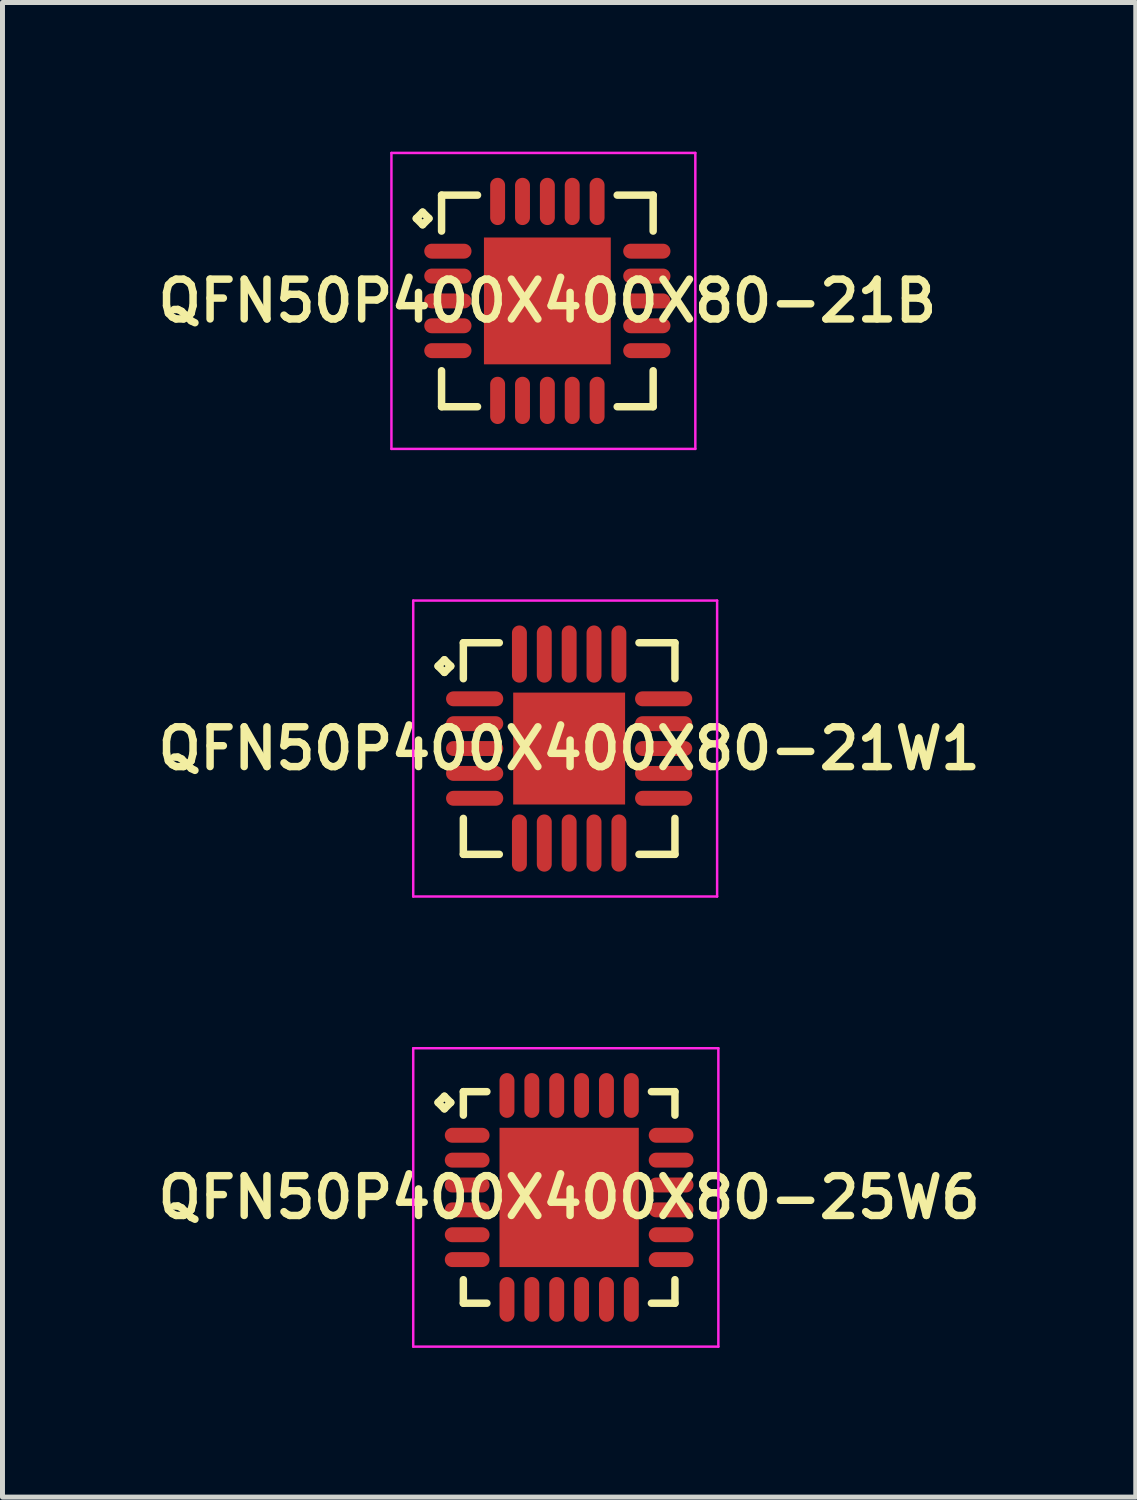
<source format=kicad_pcb>
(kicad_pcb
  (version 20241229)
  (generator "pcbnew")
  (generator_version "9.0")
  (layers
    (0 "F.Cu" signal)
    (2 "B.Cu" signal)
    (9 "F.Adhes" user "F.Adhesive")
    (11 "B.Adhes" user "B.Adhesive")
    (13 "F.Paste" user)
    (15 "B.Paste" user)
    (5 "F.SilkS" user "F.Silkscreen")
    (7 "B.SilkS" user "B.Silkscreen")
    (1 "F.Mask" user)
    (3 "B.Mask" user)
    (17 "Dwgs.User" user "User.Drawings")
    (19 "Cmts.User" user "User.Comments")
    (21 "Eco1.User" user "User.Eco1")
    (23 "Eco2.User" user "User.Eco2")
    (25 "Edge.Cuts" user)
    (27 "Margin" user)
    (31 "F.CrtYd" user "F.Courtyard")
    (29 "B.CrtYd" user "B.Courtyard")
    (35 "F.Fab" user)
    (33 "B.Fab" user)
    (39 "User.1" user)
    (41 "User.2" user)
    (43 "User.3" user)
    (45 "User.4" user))
  (footprint "QFN50P400X400X80-21B"
    (layer "F.Cu")
    (at 7.955 3)
    (property "Reference" "QFN50P400X400X80-21B" (at 0 0 0) (layer "F.SilkS") (effects (font (size 0.8 0.8) (thickness 0.15))))
    (attr smd)
    (fp_line (start -2.635 -1.658) (end -2.508 -1.785) (stroke (width 0.15) (type solid)) (layer "F.SilkS"))
    (fp_line (start -2.508 -1.785) (end -2.381 -1.658) (stroke (width 0.15) (type solid)) (layer "F.SilkS"))
    (fp_line (start -2.508 -1.531) (end -2.635 -1.658) (stroke (width 0.15) (type solid)) (layer "F.SilkS"))
    (fp_line (start -2.381 -1.658) (end -2.508 -1.531) (stroke (width 0.15) (type solid)) (layer "F.SilkS"))
    (fp_line (start -2.127 -2.127) (end -1.404 -2.127) (stroke (width 0.15) (type solid)) (layer "F.SilkS"))
    (fp_line (start -2.127 -1.404) (end -2.127 -2.127) (stroke (width 0.15) (type solid)) (layer "F.SilkS"))
    (fp_line (start -2.127 1.404) (end -2.127 2.127) (stroke (width 0.15) (type solid)) (layer "F.SilkS"))
    (fp_line (start -2.127 2.127) (end -1.404 2.127) (stroke (width 0.15) (type solid)) (layer "F.SilkS"))
    (fp_line (start 1.404 -2.127) (end 2.127 -2.127) (stroke (width 0.15) (type solid)) (layer "F.SilkS"))
    (fp_line (start 1.404 2.127) (end 2.127 2.127) (stroke (width 0.15) (type solid)) (layer "F.SilkS"))
    (fp_line (start 2.127 -2.127) (end 2.127 -1.404) (stroke (width 0.15) (type solid)) (layer "F.SilkS"))
    (fp_line (start 2.127 2.127) (end 2.127 1.404) (stroke (width 0.15) (type solid)) (layer "F.SilkS"))
    (fp_line (start -3.135 -2.975) (end 2.975 -2.975) (stroke (width 0.05) (type solid)) (layer "F.CrtYd"))
    (fp_line (start -3.135 2.975) (end -3.135 -2.975) (stroke (width 0.05) (type solid)) (layer "F.CrtYd"))
    (fp_line (start 2.975 -2.975) (end 2.975 2.975) (stroke (width 0.05) (type solid)) (layer "F.CrtYd"))
    (fp_line (start 2.975 2.975) (end -3.135 2.975) (stroke (width 0.05) (type solid)) (layer "F.CrtYd"))
    (pad "1" smd oval (at -2 -1) (size 0.95 0.3) (layers "F.Cu" "F.Mask" "F.Paste"))
    (pad "2" smd oval (at -2 -0.5) (size 0.95 0.3) (layers "F.Cu" "F.Mask" "F.Paste"))
    (pad "3" smd oval (at -2 0) (size 0.95 0.3) (layers "F.Cu" "F.Mask" "F.Paste"))
    (pad "4" smd oval (at -2 0.5) (size 0.95 0.3) (layers "F.Cu" "F.Mask" "F.Paste"))
    (pad "5" smd oval (at -2 1) (size 0.95 0.3) (layers "F.Cu" "F.Mask" "F.Paste"))
    (pad "6" smd oval (at -1 2) (size 0.3 0.95) (layers "F.Cu" "F.Mask" "F.Paste"))
    (pad "7" smd oval (at -0.5 2) (size 0.3 0.95) (layers "F.Cu" "F.Mask" "F.Paste"))
    (pad "8" smd oval (at 0 2) (size 0.3 0.95) (layers "F.Cu" "F.Mask" "F.Paste"))
    (pad "9" smd oval (at 0.5 2) (size 0.3 0.95) (layers "F.Cu" "F.Mask" "F.Paste"))
    (pad "10" smd oval (at 1 2) (size 0.3 0.95) (layers "F.Cu" "F.Mask" "F.Paste"))
    (pad "11" smd oval (at 2 1) (size 0.95 0.3) (layers "F.Cu" "F.Mask" "F.Paste"))
    (pad "12" smd oval (at 2 0.5) (size 0.95 0.3) (layers "F.Cu" "F.Mask" "F.Paste"))
    (pad "13" smd oval (at 2 0) (size 0.95 0.3) (layers "F.Cu" "F.Mask" "F.Paste"))
    (pad "14" smd oval (at 2 -0.5) (size 0.95 0.3) (layers "F.Cu" "F.Mask" "F.Paste"))
    (pad "15" smd oval (at 2 -1) (size 0.95 0.3) (layers "F.Cu" "F.Mask" "F.Paste"))
    (pad "16" smd oval (at 1 -2) (size 0.3 0.95) (layers "F.Cu" "F.Mask" "F.Paste"))
    (pad "17" smd oval (at 0.5 -2) (size 0.3 0.95) (layers "F.Cu" "F.Mask" "F.Paste"))
    (pad "18" smd oval (at 0 -2) (size 0.3 0.95) (layers "F.Cu" "F.Mask" "F.Paste"))
    (pad "19" smd oval (at -0.5 -2) (size 0.3 0.95) (layers "F.Cu" "F.Mask" "F.Paste"))
    (pad "20" smd oval (at -1 -2) (size 0.3 0.95) (layers "F.Cu" "F.Mask" "F.Paste"))
    (pad "21" smd rect (at 0 0) (size 2.55 2.55) (layers "F.Cu" "F.Mask" "F.Paste")))
  (footprint "QFN50P400X400X80-25W6"
    (layer "F.Cu")
    (at 8.393 21.025)
    (property "Reference" "QFN50P400X400X80-25W6" (at 0 0 0) (layer "F.SilkS") (effects (font (size 0.8 0.8) (thickness 0.15))))
    (attr smd)
    (fp_line (start -2.635 -1.908) (end -2.508 -2.035) (stroke (width 0.15) (type solid)) (layer "F.SilkS"))
    (fp_line (start -2.508 -2.035) (end -2.381 -1.908) (stroke (width 0.15) (type solid)) (layer "F.SilkS"))
    (fp_line (start -2.508 -1.781) (end -2.635 -1.908) (stroke (width 0.15) (type solid)) (layer "F.SilkS"))
    (fp_line (start -2.381 -1.908) (end -2.508 -1.781) (stroke (width 0.15) (type solid)) (layer "F.SilkS"))
    (fp_line (start -2.127 -2.127) (end -1.654 -2.127) (stroke (width 0.15) (type solid)) (layer "F.SilkS"))
    (fp_line (start -2.127 -1.654) (end -2.127 -2.127) (stroke (width 0.15) (type solid)) (layer "F.SilkS"))
    (fp_line (start -2.127 1.654) (end -2.127 2.127) (stroke (width 0.15) (type solid)) (layer "F.SilkS"))
    (fp_line (start -2.127 2.127) (end -1.654 2.127) (stroke (width 0.15) (type solid)) (layer "F.SilkS"))
    (fp_line (start 1.654 -2.127) (end 2.127 -2.127) (stroke (width 0.15) (type solid)) (layer "F.SilkS"))
    (fp_line (start 1.654 2.127) (end 2.127 2.127) (stroke (width 0.15) (type solid)) (layer "F.SilkS"))
    (fp_line (start 2.127 -2.127) (end 2.127 -1.654) (stroke (width 0.15) (type solid)) (layer "F.SilkS"))
    (fp_line (start 2.127 2.127) (end 2.127 1.654) (stroke (width 0.15) (type solid)) (layer "F.SilkS"))
    (fp_line (start -3.135 -3) (end 3 -3) (stroke (width 0.05) (type solid)) (layer "F.CrtYd"))
    (fp_line (start -3.135 3) (end -3.135 -3) (stroke (width 0.05) (type solid)) (layer "F.CrtYd"))
    (fp_line (start 3 -3) (end 3 3) (stroke (width 0.05) (type solid)) (layer "F.CrtYd"))
    (fp_line (start 3 3) (end -3.135 3) (stroke (width 0.05) (type solid)) (layer "F.CrtYd"))
    (pad "1" smd oval (at -2.05 -1.25) (size 0.9 0.3) (layers "F.Cu" "F.Mask" "F.Paste"))
    (pad "2" smd oval (at -2.05 -0.75) (size 0.9 0.3) (layers "F.Cu" "F.Mask" "F.Paste"))
    (pad "3" smd oval (at -2.05 -0.25) (size 0.9 0.3) (layers "F.Cu" "F.Mask" "F.Paste"))
    (pad "4" smd oval (at -2.05 0.25) (size 0.9 0.3) (layers "F.Cu" "F.Mask" "F.Paste"))
    (pad "5" smd oval (at -2.05 0.75) (size 0.9 0.3) (layers "F.Cu" "F.Mask" "F.Paste"))
    (pad "6" smd oval (at -2.05 1.25) (size 0.9 0.3) (layers "F.Cu" "F.Mask" "F.Paste"))
    (pad "7" smd oval (at -1.25 2.05) (size 0.3 0.9) (layers "F.Cu" "F.Mask" "F.Paste"))
    (pad "8" smd oval (at -0.75 2.05) (size 0.3 0.9) (layers "F.Cu" "F.Mask" "F.Paste"))
    (pad "9" smd oval (at -0.25 2.05) (size 0.3 0.9) (layers "F.Cu" "F.Mask" "F.Paste"))
    (pad "10" smd oval (at 0.25 2.05) (size 0.3 0.9) (layers "F.Cu" "F.Mask" "F.Paste"))
    (pad "11" smd oval (at 0.75 2.05) (size 0.3 0.9) (layers "F.Cu" "F.Mask" "F.Paste"))
    (pad "12" smd oval (at 1.25 2.05) (size 0.3 0.9) (layers "F.Cu" "F.Mask" "F.Paste"))
    (pad "13" smd oval (at 2.05 1.25) (size 0.9 0.3) (layers "F.Cu" "F.Mask" "F.Paste"))
    (pad "14" smd oval (at 2.05 0.75) (size 0.9 0.3) (layers "F.Cu" "F.Mask" "F.Paste"))
    (pad "15" smd oval (at 2.05 0.25) (size 0.9 0.3) (layers "F.Cu" "F.Mask" "F.Paste"))
    (pad "16" smd oval (at 2.05 -0.25) (size 0.9 0.3) (layers "F.Cu" "F.Mask" "F.Paste"))
    (pad "17" smd oval (at 2.05 -0.75) (size 0.9 0.3) (layers "F.Cu" "F.Mask" "F.Paste"))
    (pad "18" smd oval (at 2.05 -1.25) (size 0.9 0.3) (layers "F.Cu" "F.Mask" "F.Paste"))
    (pad "19" smd oval (at 1.25 -2.05) (size 0.3 0.9) (layers "F.Cu" "F.Mask" "F.Paste"))
    (pad "20" smd oval (at 0.75 -2.05) (size 0.3 0.9) (layers "F.Cu" "F.Mask" "F.Paste"))
    (pad "21" smd oval (at 0.25 -2.05) (size 0.3 0.9) (layers "F.Cu" "F.Mask" "F.Paste"))
    (pad "22" smd oval (at -0.25 -2.05) (size 0.3 0.9) (layers "F.Cu" "F.Mask" "F.Paste"))
    (pad "23" smd oval (at -0.75 -2.05) (size 0.3 0.9) (layers "F.Cu" "F.Mask" "F.Paste"))
    (pad "24" smd oval (at -1.25 -2.05) (size 0.3 0.9) (layers "F.Cu" "F.Mask" "F.Paste"))
    (pad "25" smd rect (at 0 0) (size 2.8 2.8) (layers "F.Cu" "F.Mask" "F.Paste")))
  (footprint "QFN50P400X400X80-21W1"
    (layer "F.Cu")
    (at 8.393 12)
    (property "Reference" "QFN50P400X400X80-21W1" (at 0 0 0) (layer "F.SilkS") (effects (font (size 0.8 0.8) (thickness 0.15))))
    (attr smd)
    (fp_line (start -2.635 -1.658) (end -2.508 -1.785) (stroke (width 0.15) (type solid)) (layer "F.SilkS"))
    (fp_line (start -2.508 -1.785) (end -2.381 -1.658) (stroke (width 0.15) (type solid)) (layer "F.SilkS"))
    (fp_line (start -2.508 -1.531) (end -2.635 -1.658) (stroke (width 0.15) (type solid)) (layer "F.SilkS"))
    (fp_line (start -2.381 -1.658) (end -2.508 -1.531) (stroke (width 0.15) (type solid)) (layer "F.SilkS"))
    (fp_line (start -2.127 -2.127) (end -1.404 -2.127) (stroke (width 0.15) (type solid)) (layer "F.SilkS"))
    (fp_line (start -2.127 -1.404) (end -2.127 -2.127) (stroke (width 0.15) (type solid)) (layer "F.SilkS"))
    (fp_line (start -2.127 1.404) (end -2.127 2.127) (stroke (width 0.15) (type solid)) (layer "F.SilkS"))
    (fp_line (start -2.127 2.127) (end -1.404 2.127) (stroke (width 0.15) (type solid)) (layer "F.SilkS"))
    (fp_line (start 1.404 -2.127) (end 2.127 -2.127) (stroke (width 0.15) (type solid)) (layer "F.SilkS"))
    (fp_line (start 1.404 2.127) (end 2.127 2.127) (stroke (width 0.15) (type solid)) (layer "F.SilkS"))
    (fp_line (start 2.127 -2.127) (end 2.127 -1.404) (stroke (width 0.15) (type solid)) (layer "F.SilkS"))
    (fp_line (start 2.127 2.127) (end 2.127 1.404) (stroke (width 0.15) (type solid)) (layer "F.SilkS"))
    (fp_line (start -3.135 -2.975) (end 2.975 -2.975) (stroke (width 0.05) (type solid)) (layer "F.CrtYd"))
    (fp_line (start -3.135 2.975) (end -3.135 -2.975) (stroke (width 0.05) (type solid)) (layer "F.CrtYd"))
    (fp_line (start 2.975 -2.975) (end 2.975 2.975) (stroke (width 0.05) (type solid)) (layer "F.CrtYd"))
    (fp_line (start 2.975 2.975) (end -3.135 2.975) (stroke (width 0.05) (type solid)) (layer "F.CrtYd"))
    (pad "1" smd oval (at -1.9 -1) (size 1.15 0.3) (layers "F.Cu" "F.Mask" "F.Paste"))
    (pad "2" smd oval (at -1.9 -0.5) (size 1.15 0.3) (layers "F.Cu" "F.Mask" "F.Paste"))
    (pad "3" smd oval (at -1.9 0) (size 1.15 0.3) (layers "F.Cu" "F.Mask" "F.Paste"))
    (pad "4" smd oval (at -1.9 0.5) (size 1.15 0.3) (layers "F.Cu" "F.Mask" "F.Paste"))
    (pad "5" smd oval (at -1.9 1) (size 1.15 0.3) (layers "F.Cu" "F.Mask" "F.Paste"))
    (pad "6" smd oval (at -1 1.9) (size 0.3 1.15) (layers "F.Cu" "F.Mask" "F.Paste"))
    (pad "7" smd oval (at -0.5 1.9) (size 0.3 1.15) (layers "F.Cu" "F.Mask" "F.Paste"))
    (pad "8" smd oval (at 0 1.9) (size 0.3 1.15) (layers "F.Cu" "F.Mask" "F.Paste"))
    (pad "9" smd oval (at 0.5 1.9) (size 0.3 1.15) (layers "F.Cu" "F.Mask" "F.Paste"))
    (pad "10" smd oval (at 1 1.9) (size 0.3 1.15) (layers "F.Cu" "F.Mask" "F.Paste"))
    (pad "11" smd oval (at 1.9 1) (size 1.15 0.3) (layers "F.Cu" "F.Mask" "F.Paste"))
    (pad "12" smd oval (at 1.9 0.5) (size 1.15 0.3) (layers "F.Cu" "F.Mask" "F.Paste"))
    (pad "13" smd oval (at 1.9 0) (size 1.15 0.3) (layers "F.Cu" "F.Mask" "F.Paste"))
    (pad "14" smd oval (at 1.9 -0.5) (size 1.15 0.3) (layers "F.Cu" "F.Mask" "F.Paste"))
    (pad "15" smd oval (at 1.9 -1) (size 1.15 0.3) (layers "F.Cu" "F.Mask" "F.Paste"))
    (pad "16" smd oval (at 1 -1.9) (size 0.3 1.15) (layers "F.Cu" "F.Mask" "F.Paste"))
    (pad "17" smd oval (at 0.5 -1.9) (size 0.3 1.15) (layers "F.Cu" "F.Mask" "F.Paste"))
    (pad "18" smd oval (at 0 -1.9) (size 0.3 1.15) (layers "F.Cu" "F.Mask" "F.Paste"))
    (pad "19" smd oval (at -0.5 -1.9) (size 0.3 1.15) (layers "F.Cu" "F.Mask" "F.Paste"))
    (pad "20" smd oval (at -1 -1.9) (size 0.3 1.15) (layers "F.Cu" "F.Mask" "F.Paste"))
    (pad "21" smd rect (at 0 0) (size 2.25 2.25) (layers "F.Cu" "F.Mask" "F.Paste")))
  (gr_rect
    (start -3 -3)
    (end 19.785 27.05)
    (stroke (width 0.1) (type default))
    (fill no)
    (layer "Edge.Cuts")))
</source>
